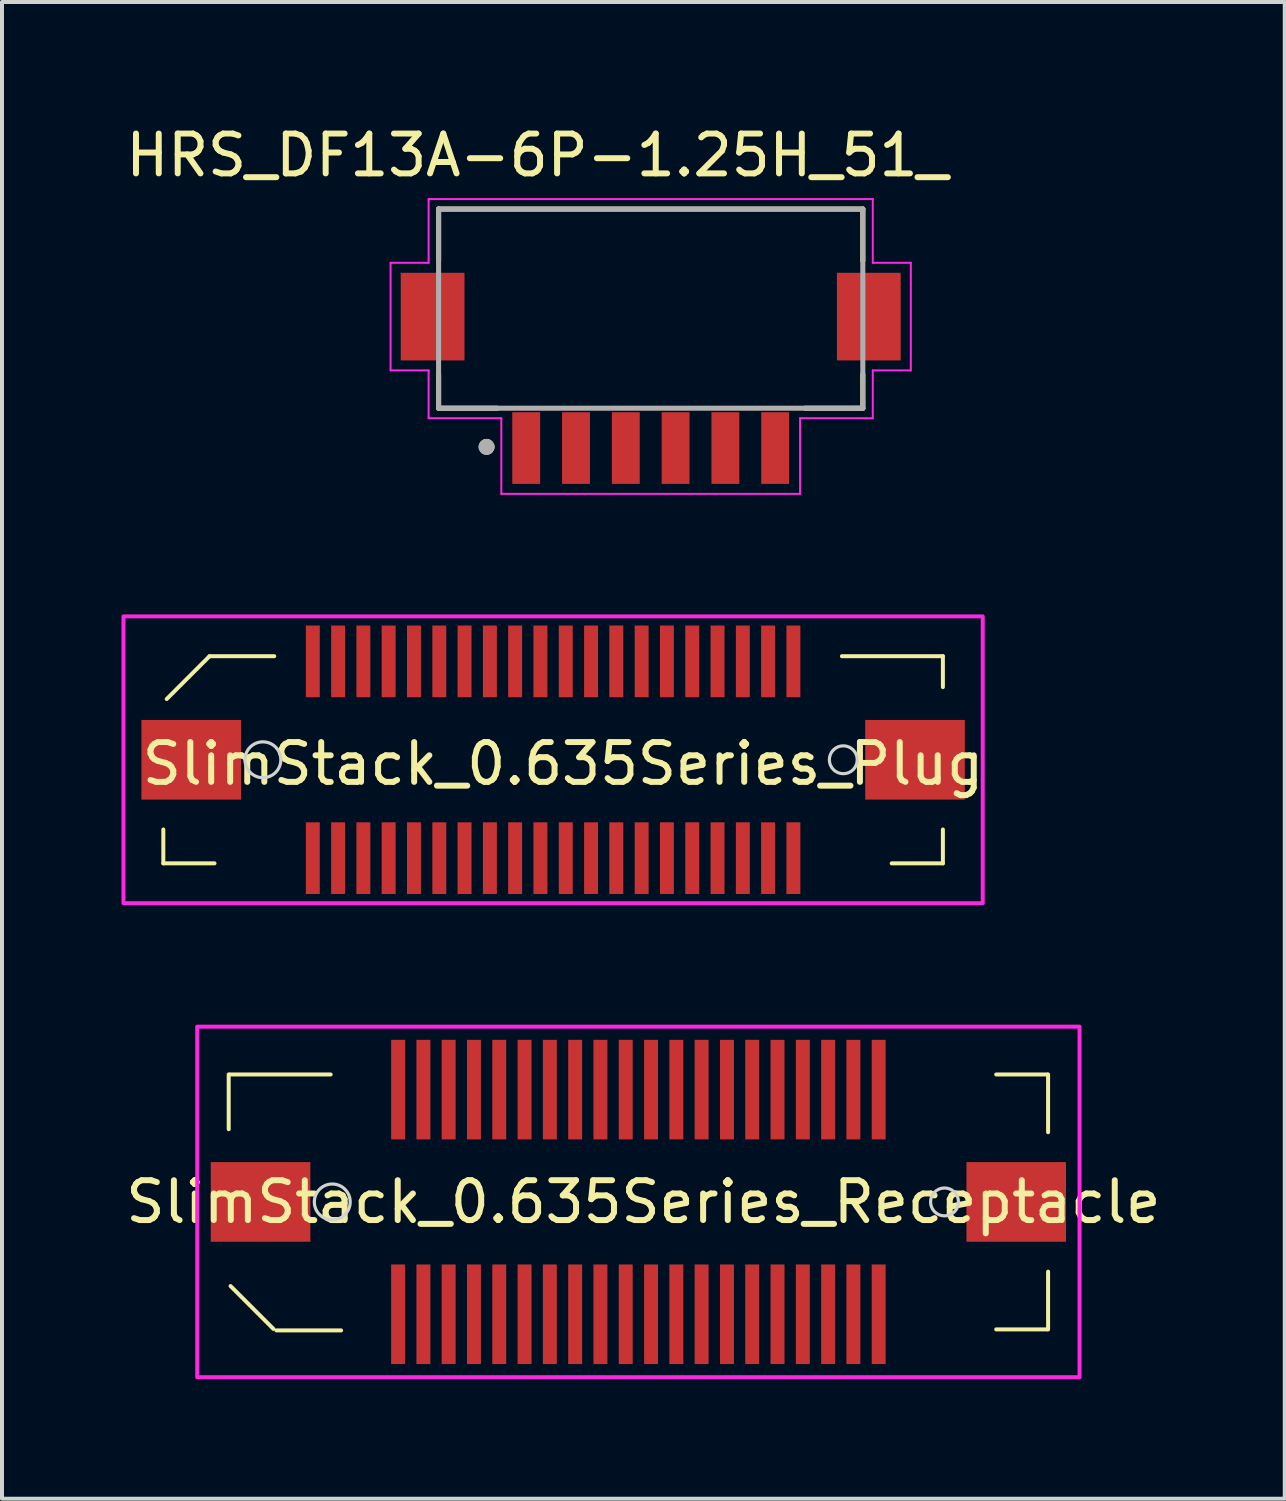
<source format=kicad_pcb>
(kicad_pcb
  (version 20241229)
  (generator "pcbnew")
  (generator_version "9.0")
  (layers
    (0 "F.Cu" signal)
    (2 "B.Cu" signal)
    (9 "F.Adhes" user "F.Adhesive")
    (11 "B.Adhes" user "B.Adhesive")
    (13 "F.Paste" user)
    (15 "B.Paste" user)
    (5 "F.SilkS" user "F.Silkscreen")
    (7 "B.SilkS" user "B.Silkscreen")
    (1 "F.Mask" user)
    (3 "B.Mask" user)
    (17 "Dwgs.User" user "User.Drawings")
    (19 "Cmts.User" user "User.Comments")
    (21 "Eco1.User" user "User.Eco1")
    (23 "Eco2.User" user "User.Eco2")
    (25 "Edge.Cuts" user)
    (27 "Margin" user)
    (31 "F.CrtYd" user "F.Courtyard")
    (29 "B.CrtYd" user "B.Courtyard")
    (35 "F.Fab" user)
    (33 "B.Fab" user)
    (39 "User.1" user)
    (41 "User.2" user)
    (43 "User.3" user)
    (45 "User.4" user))
  (footprint "SlimStack_0.635Series_Receptacle"
    (layer "F.Cu")
    (at 12.976 27.123)
    (property "Reference" "SlimStack_0.635Series_Receptacle" (at 0.125 0 0) (unlocked yes) (layer "F.SilkS") (effects (font (size 1 1) (thickness 0.15))))
    (attr smd)
    (fp_line (start -10.285 -3.2) (end -10.285 -1.825) (stroke (width 0.1) (type solid)) (layer "F.SilkS"))
    (fp_line (start -10.238 2.112) (end -9.162 3.188) (stroke (width 0.1) (type solid)) (layer "F.SilkS"))
    (fp_line (start -9.088 3.225) (end -7.463 3.225) (stroke (width 0.1) (type solid)) (layer "F.SilkS"))
    (fp_line (start -7.725 -3.2) (end -10.26 -3.2) (stroke (width 0.1) (type solid)) (layer "F.SilkS"))
    (fp_line (start 8.982 -3.2) (end 10.268 -3.2) (stroke (width 0.1) (type solid)) (layer "F.SilkS"))
    (fp_line (start 10.268 3.2) (end 8.982 3.2) (stroke (width 0.1) (type solid)) (layer "F.SilkS"))
    (fp_line (start 10.285 -3.2) (end 10.285 -1.75) (stroke (width 0.1) (type solid)) (layer "F.SilkS"))
    (fp_line (start 10.285 1.75) (end 10.285 3.2) (stroke (width 0.1) (type solid)) (layer "F.SilkS"))
    (fp_circle (center -7.685 0) (end -7.235 0) (stroke (width 0.08) (type solid)) (fill no) (layer "Edge.Cuts"))
    (fp_circle (center 7.685 0) (end 8.035 0) (stroke (width 0.08) (type solid)) (fill no) (layer "Edge.Cuts"))
    (fp_rect (start -11.075 -4.4) (end 11.075 4.4) (stroke (width 0.1) (type solid)) (fill no) (layer "F.CrtYd"))
    (pad "1" smd rect (at -6.032 2.82) (size 0.35 2.5) (layers "F.Cu" "F.Mask" "F.Paste"))
    (pad "2" smd rect (at -5.397 2.82) (size 0.35 2.5) (layers "F.Cu" "F.Mask" "F.Paste"))
    (pad "3" smd rect (at -4.763 2.82) (size 0.35 2.5) (layers "F.Cu" "F.Mask" "F.Paste"))
    (pad "4" smd rect (at -4.128 2.82) (size 0.35 2.5) (layers "F.Cu" "F.Mask" "F.Paste"))
    (pad "5" smd rect (at -3.493 2.82) (size 0.35 2.5) (layers "F.Cu" "F.Mask" "F.Paste"))
    (pad "6" smd rect (at -2.857 2.82) (size 0.35 2.5) (layers "F.Cu" "F.Mask" "F.Paste"))
    (pad "7" smd rect (at -2.223 2.82) (size 0.35 2.5) (layers "F.Cu" "F.Mask" "F.Paste"))
    (pad "8" smd rect (at -1.587 2.82) (size 0.35 2.5) (layers "F.Cu" "F.Mask" "F.Paste"))
    (pad "9" smd rect (at -0.953 2.82) (size 0.35 2.5) (layers "F.Cu" "F.Mask" "F.Paste"))
    (pad "10" smd rect (at -0.318 2.82) (size 0.35 2.5) (layers "F.Cu" "F.Mask" "F.Paste"))
    (pad "11" smd rect (at 0.318 2.82) (size 0.35 2.5) (layers "F.Cu" "F.Mask" "F.Paste"))
    (pad "12" smd rect (at 0.953 2.82) (size 0.35 2.5) (layers "F.Cu" "F.Mask" "F.Paste"))
    (pad "13" smd rect (at 1.587 2.82) (size 0.35 2.5) (layers "F.Cu" "F.Mask" "F.Paste"))
    (pad "14" smd rect (at 2.223 2.82) (size 0.35 2.5) (layers "F.Cu" "F.Mask" "F.Paste"))
    (pad "15" smd rect (at 2.857 2.82) (size 0.35 2.5) (layers "F.Cu" "F.Mask" "F.Paste"))
    (pad "16" smd rect (at 3.493 2.82) (size 0.35 2.5) (layers "F.Cu" "F.Mask" "F.Paste"))
    (pad "17" smd rect (at 4.128 2.82) (size 0.35 2.5) (layers "F.Cu" "F.Mask" "F.Paste"))
    (pad "18" smd rect (at 4.763 2.82) (size 0.35 2.5) (layers "F.Cu" "F.Mask" "F.Paste"))
    (pad "19" smd rect (at 5.397 2.82) (size 0.35 2.5) (layers "F.Cu" "F.Mask" "F.Paste"))
    (pad "20" smd rect (at 6.032 2.82) (size 0.35 2.5) (layers "F.Cu" "F.Mask" "F.Paste"))
    (pad "21" smd rect (at 6.032 -2.82) (size 0.35 2.5) (layers "F.Cu" "F.Mask" "F.Paste"))
    (pad "22" smd rect (at 5.397 -2.82) (size 0.35 2.5) (layers "F.Cu" "F.Mask" "F.Paste"))
    (pad "23" smd rect (at 4.763 -2.82) (size 0.35 2.5) (layers "F.Cu" "F.Mask" "F.Paste"))
    (pad "24" smd rect (at 4.128 -2.82) (size 0.35 2.5) (layers "F.Cu" "F.Mask" "F.Paste"))
    (pad "25" smd rect (at 3.493 -2.82) (size 0.35 2.5) (layers "F.Cu" "F.Mask" "F.Paste"))
    (pad "26" smd rect (at 2.857 -2.82) (size 0.35 2.5) (layers "F.Cu" "F.Mask" "F.Paste"))
    (pad "27" smd rect (at 2.223 -2.82) (size 0.35 2.5) (layers "F.Cu" "F.Mask" "F.Paste"))
    (pad "28" smd rect (at 1.587 -2.82) (size 0.35 2.5) (layers "F.Cu" "F.Mask" "F.Paste"))
    (pad "29" smd rect (at 0.953 -2.82) (size 0.35 2.5) (layers "F.Cu" "F.Mask" "F.Paste"))
    (pad "30" smd rect (at 0.318 -2.82) (size 0.35 2.5) (layers "F.Cu" "F.Mask" "F.Paste"))
    (pad "31" smd rect (at -0.318 -2.82) (size 0.35 2.5) (layers "F.Cu" "F.Mask" "F.Paste"))
    (pad "32" smd rect (at -0.953 -2.82) (size 0.35 2.5) (layers "F.Cu" "F.Mask" "F.Paste"))
    (pad "33" smd rect (at -1.587 -2.82) (size 0.35 2.5) (layers "F.Cu" "F.Mask" "F.Paste"))
    (pad "34" smd rect (at -2.223 -2.82) (size 0.35 2.5) (layers "F.Cu" "F.Mask" "F.Paste"))
    (pad "35" smd rect (at -2.857 -2.82) (size 0.35 2.5) (layers "F.Cu" "F.Mask" "F.Paste"))
    (pad "36" smd rect (at -3.493 -2.82) (size 0.35 2.5) (layers "F.Cu" "F.Mask" "F.Paste"))
    (pad "37" smd rect (at -4.128 -2.82) (size 0.35 2.5) (layers "F.Cu" "F.Mask" "F.Paste"))
    (pad "38" smd rect (at -4.763 -2.82) (size 0.35 2.5) (layers "F.Cu" "F.Mask" "F.Paste"))
    (pad "39" smd rect (at -5.397 -2.82) (size 0.35 2.5) (layers "F.Cu" "F.Mask" "F.Paste"))
    (pad "40" smd rect (at -6.032 -2.82) (size 0.35 2.5) (layers "F.Cu" "F.Mask" "F.Paste"))
    (pad "GND" smd rect (at -9.485 0) (size 2.5 2) (layers "F.Cu" "F.Mask" "F.Paste"))
    (pad "GND" smd rect (at 9.485 0) (size 2.5 2) (layers "F.Cu" "F.Mask" "F.Paste")))
  (footprint "HRS_DF13A-6P-1.25H_51_"
    (layer "F.Cu")
    (at 13.285 4.898)
    (property "Reference" "HRS_DF13A-6P-1.25H_51_" (at -2.85 -4.05 0) (layer "F.SilkS") (effects (font (size 1 1) (thickness 0.15))))
    (attr smd)
    (fp_line (start -5.325 -2.7) (end 5.325 -2.7) (stroke (width 0.127) (type solid)) (layer "F.SilkS"))
    (fp_line (start -5.325 -1.4) (end -5.325 -2.7) (stroke (width 0.127) (type solid)) (layer "F.SilkS"))
    (fp_line (start -5.325 1.45) (end -5.325 2.3) (stroke (width 0.127) (type solid)) (layer "F.SilkS"))
    (fp_line (start -5.325 2.3) (end -3.85 2.3) (stroke (width 0.127) (type solid)) (layer "F.SilkS"))
    (fp_line (start 5.325 -2.7) (end 5.325 -1.4) (stroke (width 0.127) (type solid)) (layer "F.SilkS"))
    (fp_line (start 5.325 1.45) (end 5.325 2.3) (stroke (width 0.127) (type solid)) (layer "F.SilkS"))
    (fp_line (start 5.325 2.3) (end 3.875 2.3) (stroke (width 0.127) (type solid)) (layer "F.SilkS"))
    (fp_circle (center -4.12 3.27) (end -4.02 3.27) (stroke (width 0.2) (type solid)) (fill no) (layer "F.SilkS"))
    (fp_line (start -6.53 -1.35) (end -5.575 -1.35) (stroke (width 0.05) (type solid)) (layer "F.CrtYd"))
    (fp_line (start -6.53 1.35) (end -6.53 -1.35) (stroke (width 0.05) (type solid)) (layer "F.CrtYd"))
    (fp_line (start -5.575 -2.95) (end 5.575 -2.95) (stroke (width 0.05) (type solid)) (layer "F.CrtYd"))
    (fp_line (start -5.575 -1.35) (end -5.575 -2.95) (stroke (width 0.05) (type solid)) (layer "F.CrtYd"))
    (fp_line (start -5.575 1.35) (end -6.53 1.35) (stroke (width 0.05) (type solid)) (layer "F.CrtYd"))
    (fp_line (start -5.575 2.55) (end -5.575 1.35) (stroke (width 0.05) (type solid)) (layer "F.CrtYd"))
    (fp_line (start -3.75 2.55) (end -5.575 2.55) (stroke (width 0.05) (type solid)) (layer "F.CrtYd"))
    (fp_line (start -3.75 4.45) (end -3.75 2.55) (stroke (width 0.05) (type solid)) (layer "F.CrtYd"))
    (fp_line (start 3.75 2.55) (end 3.75 4.45) (stroke (width 0.05) (type solid)) (layer "F.CrtYd"))
    (fp_line (start 3.75 4.45) (end -3.75 4.45) (stroke (width 0.05) (type solid)) (layer "F.CrtYd"))
    (fp_line (start 5.575 -2.95) (end 5.575 -1.35) (stroke (width 0.05) (type solid)) (layer "F.CrtYd"))
    (fp_line (start 5.575 -1.35) (end 6.53 -1.35) (stroke (width 0.05) (type solid)) (layer "F.CrtYd"))
    (fp_line (start 5.575 1.35) (end 5.575 2.55) (stroke (width 0.05) (type solid)) (layer "F.CrtYd"))
    (fp_line (start 5.575 2.55) (end 3.75 2.55) (stroke (width 0.05) (type solid)) (layer "F.CrtYd"))
    (fp_line (start 6.53 -1.35) (end 6.53 1.35) (stroke (width 0.05) (type solid)) (layer "F.CrtYd"))
    (fp_line (start 6.53 1.35) (end 5.575 1.35) (stroke (width 0.05) (type solid)) (layer "F.CrtYd"))
    (fp_line (start -5.325 -2.7) (end 5.325 -2.7) (stroke (width 0.127) (type solid)) (layer "F.Fab"))
    (fp_line (start -5.325 2.3) (end -5.325 -2.7) (stroke (width 0.127) (type solid)) (layer "F.Fab"))
    (fp_line (start 5.325 -2.7) (end 5.325 2.3) (stroke (width 0.127) (type solid)) (layer "F.Fab"))
    (fp_line (start 5.325 2.3) (end -5.325 2.3) (stroke (width 0.127) (type solid)) (layer "F.Fab"))
    (fp_circle (center -4.12 3.27) (end -4.02 3.27) (stroke (width 0.2) (type solid)) (fill no) (layer "F.Fab"))
    (pad "1" smd rect (at -3.125 3.3) (size 0.7 1.8) (layers "F.Cu" "F.Mask" "F.Paste"))
    (pad "2" smd rect (at -1.875 3.3) (size 0.7 1.8) (layers "F.Cu" "F.Mask" "F.Paste"))
    (pad "3" smd rect (at -0.625 3.3) (size 0.7 1.8) (layers "F.Cu" "F.Mask" "F.Paste"))
    (pad "4" smd rect (at 0.625 3.3) (size 0.7 1.8) (layers "F.Cu" "F.Mask" "F.Paste"))
    (pad "5" smd rect (at 1.875 3.3) (size 0.7 1.8) (layers "F.Cu" "F.Mask" "F.Paste"))
    (pad "6" smd rect (at 3.125 3.3) (size 0.7 1.8) (layers "F.Cu" "F.Mask" "F.Paste"))
    (pad "S1" smd rect (at -5.475 0) (size 1.6 2.2) (layers "F.Cu" "F.Mask" "F.Paste"))
    (pad "S2" smd rect (at 5.475 0) (size 1.6 2.2) (layers "F.Cu" "F.Mask" "F.Paste")))
  (footprint "SlimStack_0.635Series_Plug"
    (layer "F.Cu")
    (at 10.835 16.023)
    (property "Reference" "SlimStack_0.635Series_Plug" (at 0.25 0.1 0) (unlocked yes) (layer "F.SilkS") (effects (font (size 1 1) (thickness 0.15))))
    (attr smd)
    (fp_line (start -9.785 2.6) (end -9.785 1.75) (stroke (width 0.1) (type solid)) (layer "F.SilkS"))
    (fp_line (start -9.7 -1.525) (end -8.625 -2.6) (stroke (width 0.1) (type solid)) (layer "F.SilkS"))
    (fp_line (start -8.625 -2.6) (end -7 -2.6) (stroke (width 0.1) (type solid)) (layer "F.SilkS"))
    (fp_line (start -8.5 2.6) (end -9.785 2.6) (stroke (width 0.1) (type solid)) (layer "F.SilkS"))
    (fp_line (start 7.25 -2.6) (end 9.785 -2.6) (stroke (width 0.1) (type solid)) (layer "F.SilkS"))
    (fp_line (start 9.785 -2.6) (end 9.785 -1.825) (stroke (width 0.1) (type solid)) (layer "F.SilkS"))
    (fp_line (start 9.785 1.75) (end 9.785 2.6) (stroke (width 0.1) (type solid)) (layer "F.SilkS"))
    (fp_line (start 9.785 2.6) (end 8.5 2.6) (stroke (width 0.1) (type solid)) (layer "F.SilkS"))
    (fp_circle (center -7.285 0) (end -6.835 0) (stroke (width 0.08) (type solid)) (fill no) (layer "Edge.Cuts"))
    (fp_circle (center 7.285 0) (end 7.635 0) (stroke (width 0.08) (type solid)) (fill no) (layer "Edge.Cuts"))
    (fp_rect (start -10.785 -3.6) (end 10.785 3.6) (stroke (width 0.1) (type solid)) (fill no) (layer "F.CrtYd"))
    (pad "1" smd rect (at -6.032 2.47) (size 0.35 1.8) (layers "F.Cu" "F.Mask" "F.Paste"))
    (pad "2" smd rect (at -5.397 2.47) (size 0.35 1.8) (layers "F.Cu" "F.Mask" "F.Paste"))
    (pad "3" smd rect (at -4.763 2.47) (size 0.35 1.8) (layers "F.Cu" "F.Mask" "F.Paste"))
    (pad "4" smd rect (at -4.128 2.47) (size 0.35 1.8) (layers "F.Cu" "F.Mask" "F.Paste"))
    (pad "5" smd rect (at -3.493 2.47) (size 0.35 1.8) (layers "F.Cu" "F.Mask" "F.Paste"))
    (pad "6" smd rect (at -2.857 2.47) (size 0.35 1.8) (layers "F.Cu" "F.Mask" "F.Paste"))
    (pad "7" smd rect (at -2.223 2.47) (size 0.35 1.8) (layers "F.Cu" "F.Mask" "F.Paste"))
    (pad "8" smd rect (at -1.587 2.47) (size 0.35 1.8) (layers "F.Cu" "F.Mask" "F.Paste"))
    (pad "9" smd rect (at -0.953 2.47) (size 0.35 1.8) (layers "F.Cu" "F.Mask" "F.Paste"))
    (pad "10" smd rect (at -0.318 2.47) (size 0.35 1.8) (layers "F.Cu" "F.Mask" "F.Paste"))
    (pad "11" smd rect (at 0.318 2.47) (size 0.35 1.8) (layers "F.Cu" "F.Mask" "F.Paste"))
    (pad "12" smd rect (at 0.953 2.47) (size 0.35 1.8) (layers "F.Cu" "F.Mask" "F.Paste"))
    (pad "13" smd rect (at 1.587 2.47) (size 0.35 1.8) (layers "F.Cu" "F.Mask" "F.Paste"))
    (pad "14" smd rect (at 2.223 2.47) (size 0.35 1.8) (layers "F.Cu" "F.Mask" "F.Paste"))
    (pad "15" smd rect (at 2.857 2.47) (size 0.35 1.8) (layers "F.Cu" "F.Mask" "F.Paste"))
    (pad "16" smd rect (at 3.493 2.47) (size 0.35 1.8) (layers "F.Cu" "F.Mask" "F.Paste"))
    (pad "17" smd rect (at 4.128 2.47) (size 0.35 1.8) (layers "F.Cu" "F.Mask" "F.Paste"))
    (pad "18" smd rect (at 4.763 2.47) (size 0.35 1.8) (layers "F.Cu" "F.Mask" "F.Paste"))
    (pad "19" smd rect (at 5.397 2.47) (size 0.35 1.8) (layers "F.Cu" "F.Mask" "F.Paste"))
    (pad "20" smd rect (at 6.032 2.47) (size 0.35 1.8) (layers "F.Cu" "F.Mask" "F.Paste"))
    (pad "21" smd rect (at 6.032 -2.47) (size 0.35 1.8) (layers "F.Cu" "F.Mask" "F.Paste"))
    (pad "22" smd rect (at 5.397 -2.47) (size 0.35 1.8) (layers "F.Cu" "F.Mask" "F.Paste"))
    (pad "23" smd rect (at 4.763 -2.47) (size 0.35 1.8) (layers "F.Cu" "F.Mask" "F.Paste"))
    (pad "24" smd rect (at 4.128 -2.47) (size 0.35 1.8) (layers "F.Cu" "F.Mask" "F.Paste"))
    (pad "25" smd rect (at 3.493 -2.47) (size 0.35 1.8) (layers "F.Cu" "F.Mask" "F.Paste"))
    (pad "26" smd rect (at 2.857 -2.47) (size 0.35 1.8) (layers "F.Cu" "F.Mask" "F.Paste"))
    (pad "27" smd rect (at 2.223 -2.47) (size 0.35 1.8) (layers "F.Cu" "F.Mask" "F.Paste"))
    (pad "28" smd rect (at 1.587 -2.47) (size 0.35 1.8) (layers "F.Cu" "F.Mask" "F.Paste"))
    (pad "29" smd rect (at 0.953 -2.47) (size 0.35 1.8) (layers "F.Cu" "F.Mask" "F.Paste"))
    (pad "30" smd rect (at 0.318 -2.47) (size 0.35 1.8) (layers "F.Cu" "F.Mask" "F.Paste"))
    (pad "31" smd rect (at -0.318 -2.47) (size 0.35 1.8) (layers "F.Cu" "F.Mask" "F.Paste"))
    (pad "32" smd rect (at -0.953 -2.47) (size 0.35 1.8) (layers "F.Cu" "F.Mask" "F.Paste"))
    (pad "33" smd rect (at -1.587 -2.47) (size 0.35 1.8) (layers "F.Cu" "F.Mask" "F.Paste"))
    (pad "34" smd rect (at -2.223 -2.47) (size 0.35 1.8) (layers "F.Cu" "F.Mask" "F.Paste"))
    (pad "35" smd rect (at -2.857 -2.47) (size 0.35 1.8) (layers "F.Cu" "F.Mask" "F.Paste"))
    (pad "36" smd rect (at -3.493 -2.47) (size 0.35 1.8) (layers "F.Cu" "F.Mask" "F.Paste"))
    (pad "37" smd rect (at -4.128 -2.47) (size 0.35 1.8) (layers "F.Cu" "F.Mask" "F.Paste"))
    (pad "38" smd rect (at -4.763 -2.47) (size 0.35 1.8) (layers "F.Cu" "F.Mask" "F.Paste"))
    (pad "39" smd rect (at -5.397 -2.47) (size 0.35 1.8) (layers "F.Cu" "F.Mask" "F.Paste"))
    (pad "40" smd rect (at -6.032 -2.47) (size 0.35 1.8) (layers "F.Cu" "F.Mask" "F.Paste"))
    (pad "GND" smd rect (at -9.085 0) (size 2.5 2) (layers "F.Cu" "F.Mask" "F.Paste"))
    (pad "GND" smd rect (at 9.085 0) (size 2.5 2) (layers "F.Cu" "F.Mask" "F.Paste")))
  (gr_rect
    (start -3 -3)
    (end 29.202 34.573)
    (stroke (width 0.1) (type default))
    (fill no)
    (layer "Edge.Cuts")))
</source>
